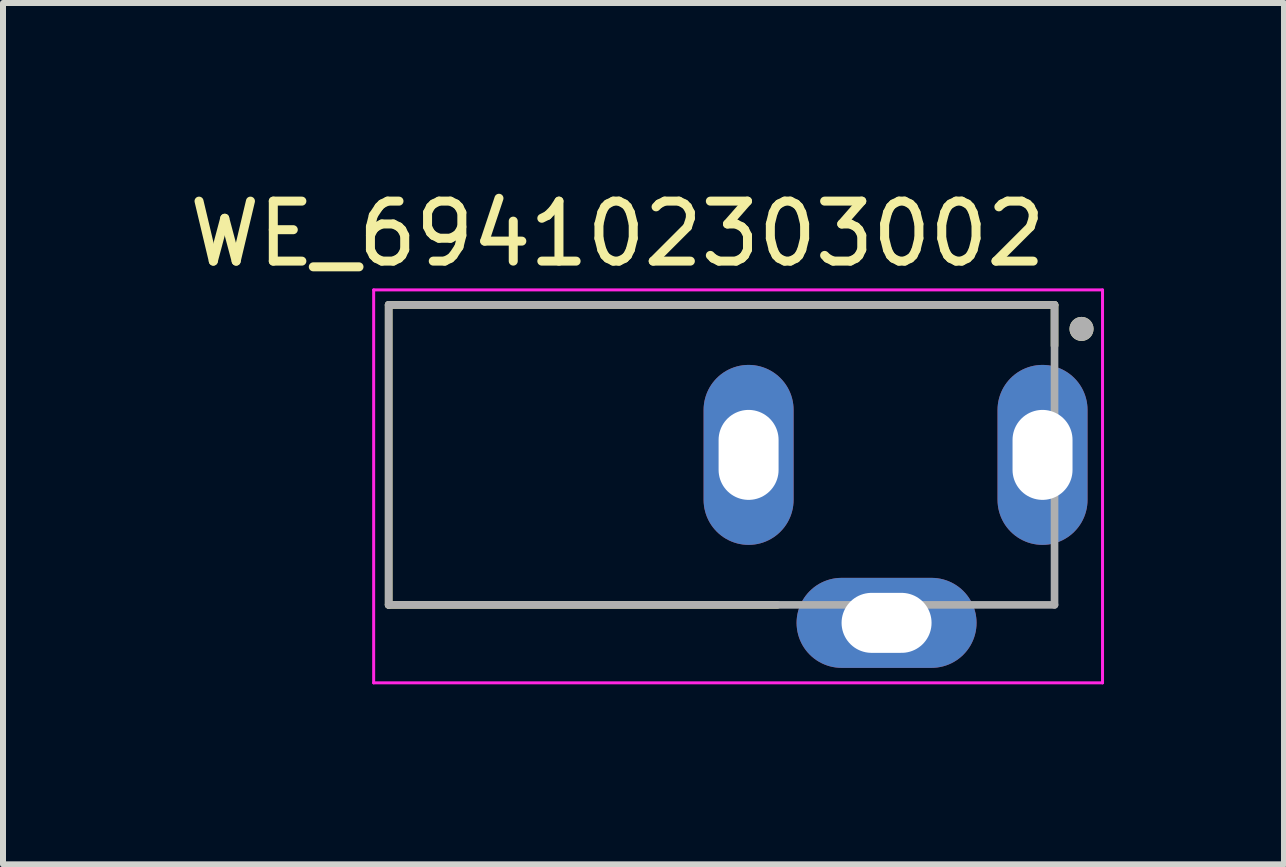
<source format=kicad_pcb>
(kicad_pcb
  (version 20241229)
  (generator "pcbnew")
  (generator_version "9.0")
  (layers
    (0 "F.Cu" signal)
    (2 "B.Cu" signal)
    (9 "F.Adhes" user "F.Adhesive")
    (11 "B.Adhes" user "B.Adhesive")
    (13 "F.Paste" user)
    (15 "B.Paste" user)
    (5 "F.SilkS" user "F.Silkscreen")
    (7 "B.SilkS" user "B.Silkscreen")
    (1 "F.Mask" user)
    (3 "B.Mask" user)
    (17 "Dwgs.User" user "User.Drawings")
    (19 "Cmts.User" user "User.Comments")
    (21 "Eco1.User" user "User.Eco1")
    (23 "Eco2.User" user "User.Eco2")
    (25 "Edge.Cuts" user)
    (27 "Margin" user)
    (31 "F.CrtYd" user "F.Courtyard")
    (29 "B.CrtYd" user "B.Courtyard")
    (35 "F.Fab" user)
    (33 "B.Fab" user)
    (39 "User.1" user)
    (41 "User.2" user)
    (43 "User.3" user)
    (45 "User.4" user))
  (footprint "WE_694102303002"
    (layer "F.Cu")
    (at 9.429 4.533)
    (property "Reference" "WE_694102303002" (at -2.185 -3.685 0) (layer "F.SilkS") (effects (font (size 1 1) (thickness 0.15))))
    (attr through_hole)
    (fp_line (start -6 -2.5) (end 5.1 -2.5) (stroke (width 0.127) (type solid)) (layer "F.SilkS"))
    (fp_line (start -6 2.5) (end -6 -2.5) (stroke (width 0.127) (type solid)) (layer "F.SilkS"))
    (fp_line (start -6 2.5) (end 0.48 2.5) (stroke (width 0.127) (type solid)) (layer "F.SilkS"))
    (fp_line (start 5.1 -1.82) (end 5.1 -2.5) (stroke (width 0.127) (type solid)) (layer "F.SilkS"))
    (fp_circle (center 5.55 -2.1) (end 5.65 -2.1) (stroke (width 0.2) (type solid)) (fill no) (layer "F.SilkS"))
    (fp_line (start -6.25 -2.75) (end 5.9 -2.75) (stroke (width 0.05) (type solid)) (layer "F.CrtYd"))
    (fp_line (start -6.25 3.8) (end -6.25 -2.75) (stroke (width 0.05) (type solid)) (layer "F.CrtYd"))
    (fp_line (start 5.9 -2.75) (end 5.9 3.8) (stroke (width 0.05) (type solid)) (layer "F.CrtYd"))
    (fp_line (start 5.9 3.8) (end -6.25 3.8) (stroke (width 0.05) (type solid)) (layer "F.CrtYd"))
    (fp_line (start -6 -2.5) (end -6 2.5) (stroke (width 0.127) (type solid)) (layer "F.Fab"))
    (fp_line (start -6 2.5) (end 5.1 2.5) (stroke (width 0.127) (type solid)) (layer "F.Fab"))
    (fp_line (start 5.1 -2.5) (end -6 -2.5) (stroke (width 0.127) (type solid)) (layer "F.Fab"))
    (fp_line (start 5.1 2.5) (end 5.1 -2.5) (stroke (width 0.127) (type solid)) (layer "F.Fab"))
    (fp_circle (center 5.55 -2.1) (end 5.65 -2.1) (stroke (width 0.2) (type solid)) (fill no) (layer "F.Fab"))
    (pad "1" thru_hole oval (at 4.9 0) (size 1.5 3) (drill oval 1 1.5) (layers "*.Cu" "*.Mask"))
    (pad "2" thru_hole oval (at 0 0) (size 1.5 3) (drill oval 1 1.5) (layers "*.Cu" "*.Mask"))
    (pad "3" thru_hole oval (at 2.3 2.8) (size 3 1.5) (drill oval 1.5 1) (layers "*.Cu" "*.Mask")))
  (gr_rect
    (start -3 -3)
    (end 18.354 11.358)
    (stroke (width 0.1) (type default))
    (fill no)
    (layer "Edge.Cuts")))
</source>
